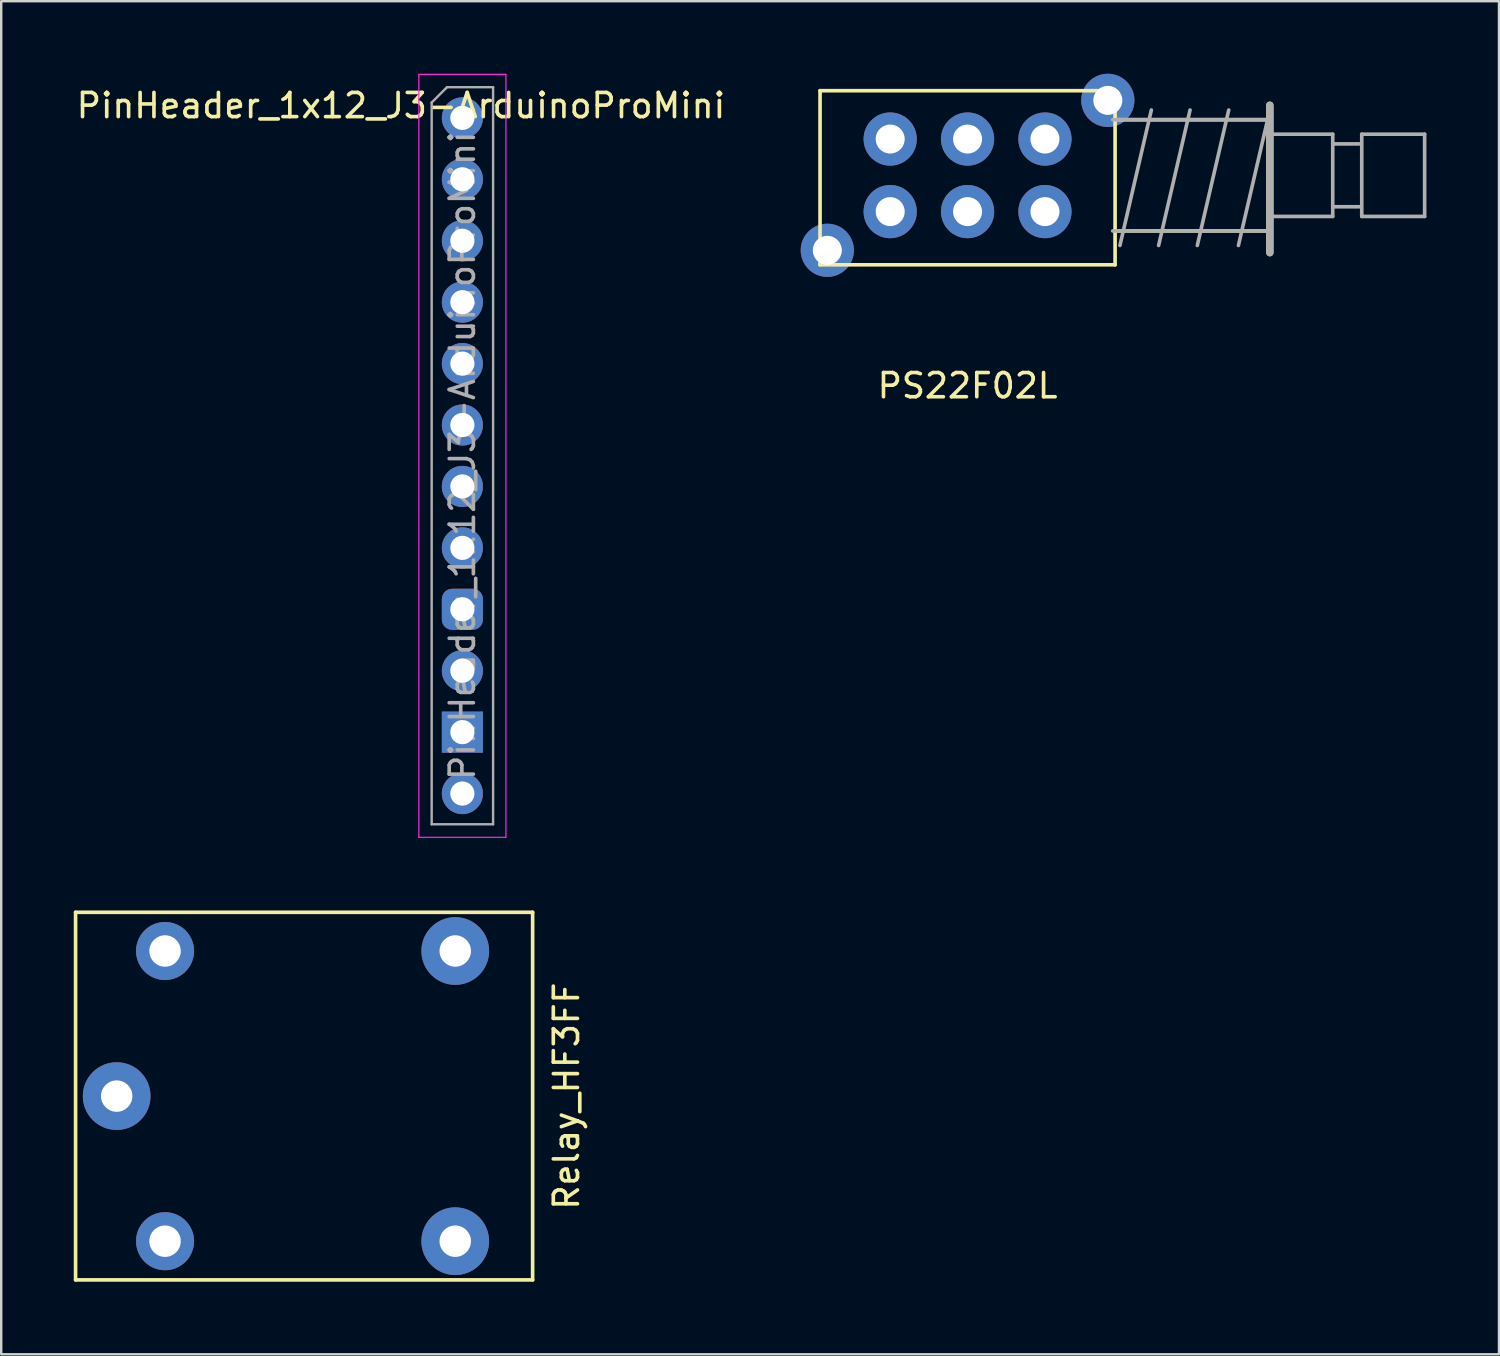
<source format=kicad_pcb>
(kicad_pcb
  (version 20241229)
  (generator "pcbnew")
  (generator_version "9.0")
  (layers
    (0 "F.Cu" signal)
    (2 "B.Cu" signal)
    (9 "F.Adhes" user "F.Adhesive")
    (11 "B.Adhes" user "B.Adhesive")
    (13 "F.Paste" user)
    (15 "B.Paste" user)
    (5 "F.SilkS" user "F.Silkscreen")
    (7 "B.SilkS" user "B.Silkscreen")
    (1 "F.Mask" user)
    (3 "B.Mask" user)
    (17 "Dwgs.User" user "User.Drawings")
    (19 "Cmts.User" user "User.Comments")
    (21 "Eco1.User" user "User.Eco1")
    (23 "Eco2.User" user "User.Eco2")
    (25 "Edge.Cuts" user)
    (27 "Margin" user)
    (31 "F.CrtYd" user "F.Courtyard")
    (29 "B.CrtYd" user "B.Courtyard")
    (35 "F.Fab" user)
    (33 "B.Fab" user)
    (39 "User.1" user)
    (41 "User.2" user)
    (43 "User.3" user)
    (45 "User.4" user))
  (footprint "Relay_HF3FF"
    (layer "F.Cu")
    (at 3.775 42.275)
    (property "Reference" "Relay_HF3FF" (at 16.6 0 270) (layer "F.SilkS") (effects (font (size 1 1) (thickness 0.15))))
    (attr through_hole)
    (fp_line (start -3.7 -7.6) (end 15.2 -7.6) (stroke (width 0.15) (type solid)) (layer "F.SilkS"))
    (fp_line (start -3.7 7.6) (end -3.7 -7.6) (stroke (width 0.15) (type solid)) (layer "F.SilkS"))
    (fp_line (start 15.2 -7.6) (end 15.2 7.6) (stroke (width 0.15) (type solid)) (layer "F.SilkS"))
    (fp_line (start 15.2 7.6) (end -3.7 7.6) (stroke (width 0.15) (type solid)) (layer "F.SilkS"))
    (pad "1" thru_hole circle (at -2 0) (size 2.8 2.8) (drill 1.3) (layers "*.Cu" "*.Mask"))
    (pad "2" thru_hole circle (at 0 6) (size 2.4 2.4) (drill 1.3) (layers "*.Cu" "*.Mask"))
    (pad "3" thru_hole circle (at 12 6) (size 2.8 2.8) (drill 1.3) (layers "*.Cu" "*.Mask"))
    (pad "4" thru_hole circle (at 12 -6) (size 2.8 2.8) (drill 1.3) (layers "*.Cu" "*.Mask"))
    (pad "5" thru_hole circle (at 0 -6) (size 2.4 2.4) (drill 1.3) (layers "*.Cu" "*.Mask")))
  (footprint "PS22F02L"
    (layer "F.Cu")
    (at 36.96 4.2)
    (property "Reference" "PS22F02L" (at 0 8.7 0) (layer "F.SilkS") (effects (font (size 1 1) (thickness 0.15))))
    (attr through_hole)
    (fp_line (start -6.1 -3.5) (end 6.1 -3.5) (stroke (width 0.15) (type solid)) (layer "F.SilkS"))
    (fp_line (start -6.1 3.7) (end -6.1 -3.5) (stroke (width 0.15) (type solid)) (layer "F.SilkS"))
    (fp_line (start 6.1 -3.5) (end 6.1 3.7) (stroke (width 0.15) (type solid)) (layer "F.SilkS"))
    (fp_line (start 6.1 -2.3) (end 12.5 -2.3) (stroke (width 0.15) (type solid)) (layer "F.SilkS"))
    (fp_line (start 6.1 3.7) (end -6.1 3.7) (stroke (width 0.15) (type solid)) (layer "F.SilkS"))
    (fp_line (start 12.5 -2.9) (end 12.5 3.2) (stroke (width 0.3) (type solid)) (layer "F.SilkS"))
    (fp_line (start 12.5 2.3) (end 6.1 2.3) (stroke (width 0.15) (type solid)) (layer "F.SilkS"))
    (fp_line (start 6 -2.3) (end 12.4 -2.3) (stroke (width 0.15) (type solid)) (layer "F.Fab"))
    (fp_line (start 7.6 -2.7) (end 6.3 2.9) (stroke (width 0.15) (type solid)) (layer "F.Fab"))
    (fp_line (start 9.2 -2.7) (end 7.9 2.9) (stroke (width 0.15) (type solid)) (layer "F.Fab"))
    (fp_line (start 10.8 -2.7) (end 9.5 2.9) (stroke (width 0.15) (type solid)) (layer "F.Fab"))
    (fp_line (start 12.4 2.3) (end 6 2.3) (stroke (width 0.15) (type solid)) (layer "F.Fab"))
    (fp_line (start 12.5 -2.9) (end 12.5 3.2) (stroke (width 0.3) (type solid)) (layer "F.Fab"))
    (fp_line (start 12.5 -2.7) (end 11.2 2.9) (stroke (width 0.15) (type solid)) (layer "F.Fab"))
    (fp_line (start 12.5 -1.7) (end 15.1 -1.7) (stroke (width 0.15) (type solid)) (layer "F.Fab"))
    (fp_line (start 15.1 -1.7) (end 15.1 1.7) (stroke (width 0.15) (type solid)) (layer "F.Fab"))
    (fp_line (start 15.1 -1.3) (end 16.2 -1.3) (stroke (width 0.15) (type solid)) (layer "F.Fab"))
    (fp_line (start 15.1 1.3) (end 16.2 1.3) (stroke (width 0.15) (type solid)) (layer "F.Fab"))
    (fp_line (start 15.1 1.7) (end 12.5 1.7) (stroke (width 0.15) (type solid)) (layer "F.Fab"))
    (fp_line (start 16.3 -1.7) (end 16.3 1.7) (stroke (width 0.15) (type solid)) (layer "F.Fab"))
    (fp_line (start 16.3 -1.7) (end 18.9 -1.7) (stroke (width 0.15) (type solid)) (layer "F.Fab"))
    (fp_line (start 18.9 -1.7) (end 18.9 1.7) (stroke (width 0.15) (type solid)) (layer "F.Fab"))
    (fp_line (start 18.9 1.7) (end 16.3 1.7) (stroke (width 0.15) (type solid)) (layer "F.Fab"))
    (pad "" thru_hole circle (at -5.8 3.1) (size 2.2 2.2) (drill 1.2) (layers "*.Cu" "*.Mask"))
    (pad "" thru_hole circle (at 5.8 -3.1) (size 2.2 2.2) (drill 1.2) (layers "*.Cu" "*.Mask"))
    (pad "1" thru_hole circle (at -3.2 1.5) (size 2.2 2.2) (drill 1.2) (layers "*.Cu" "*.Mask"))
    (pad "2" thru_hole circle (at 0 1.5) (size 2.2 2.2) (drill 1.2) (layers "*.Cu" "*.Mask"))
    (pad "3" thru_hole circle (at 3.2 1.5) (size 2.2 2.2) (drill 1.2) (layers "*.Cu" "*.Mask"))
    (pad "4" thru_hole circle (at -3.2 -1.5) (size 2.2 2.2) (drill 1.2) (layers "*.Cu" "*.Mask"))
    (pad "5" thru_hole circle (at 0 -1.5) (size 2.2 2.2) (drill 1.2) (layers "*.Cu" "*.Mask"))
    (pad "6" thru_hole circle (at 3.2 -1.5) (size 2.2 2.2) (drill 1.2) (layers "*.Cu" "*.Mask")))
  (footprint "PinHeader_1x12_J3-ArduinoProMini"
    (layer "F.Cu")
    (at 16.07 1.825)
    (property "Reference" "PinHeader_1x12_J3-ArduinoProMini" (at -2.54 -0.508 0) (layer "F.SilkS") (effects (font (size 1 1) (thickness 0.15))))
    (attr through_hole)
    (fp_line (start -1.8 -1.8) (end -1.8 29.75) (stroke (width 0.05) (type solid)) (layer "F.CrtYd"))
    (fp_line (start -1.8 29.75) (end 1.8 29.75) (stroke (width 0.05) (type solid)) (layer "F.CrtYd"))
    (fp_line (start 1.8 -1.8) (end -1.8 -1.8) (stroke (width 0.05) (type solid)) (layer "F.CrtYd"))
    (fp_line (start 1.8 29.75) (end 1.8 -1.8) (stroke (width 0.05) (type solid)) (layer "F.CrtYd"))
    (fp_line (start -1.27 -0.635) (end -0.635 -1.27) (stroke (width 0.1) (type solid)) (layer "F.Fab"))
    (fp_line (start -1.27 29.21) (end -1.27 -0.635) (stroke (width 0.1) (type solid)) (layer "F.Fab"))
    (fp_line (start -0.635 -1.27) (end 1.27 -1.27) (stroke (width 0.1) (type solid)) (layer "F.Fab"))
    (fp_line (start 1.27 -1.27) (end 1.27 29.21) (stroke (width 0.1) (type solid)) (layer "F.Fab"))
    (fp_line (start 1.27 29.21) (end -1.27 29.21) (stroke (width 0.1) (type solid)) (layer "F.Fab"))
    (fp_text user "${REFERENCE}" (at 0 13.97 90) (layer "F.Fab") (effects (font (size 1 1) (thickness 0.15))))
    (pad "1" thru_hole circle (at 0 0) (size 1.7 1.7) (drill 1) (layers "*.Cu" "*.Mask"))
    (pad "2" thru_hole oval (at 0 2.54) (size 1.7 1.7) (drill 1) (layers "*.Cu" "*.Mask"))
    (pad "3" thru_hole oval (at 0 5.08) (size 1.7 1.7) (drill 1) (layers "*.Cu" "*.Mask"))
    (pad "4" thru_hole oval (at 0 7.62) (size 1.7 1.7) (drill 1) (layers "*.Cu" "*.Mask"))
    (pad "5" thru_hole oval (at 0 10.16) (size 1.7 1.7) (drill 1) (layers "*.Cu" "*.Mask"))
    (pad "6" thru_hole oval (at 0 12.7) (size 1.7 1.7) (drill 1) (layers "*.Cu" "*.Mask"))
    (pad "7" thru_hole oval (at 0 15.24) (size 1.7 1.7) (drill 1) (layers "*.Cu" "*.Mask"))
    (pad "8" thru_hole oval (at 0 17.78) (size 1.7 1.7) (drill 1) (layers "*.Cu" "*.Mask"))
    (pad "9" thru_hole roundrect (at 0 20.32) (size 1.7 1.7) (drill 1) (layers "*.Cu" "*.Mask") (roundrect_rratio 0.25))
    (pad "10" thru_hole oval (at 0 22.86) (size 1.7 1.7) (drill 1) (layers "*.Cu" "*.Mask"))
    (pad "11" thru_hole rect (at 0 25.4) (size 1.7 1.7) (drill 1) (layers "*.Cu" "*.Mask"))
    (pad "12" thru_hole oval (at 0 27.94) (size 1.7 1.7) (drill 1) (layers "*.Cu" "*.Mask")))
  (gr_rect
    (start -3 -3)
    (end 58.935 52.95)
    (stroke (width 0.1) (type default))
    (fill no)
    (layer "Edge.Cuts")))
</source>
